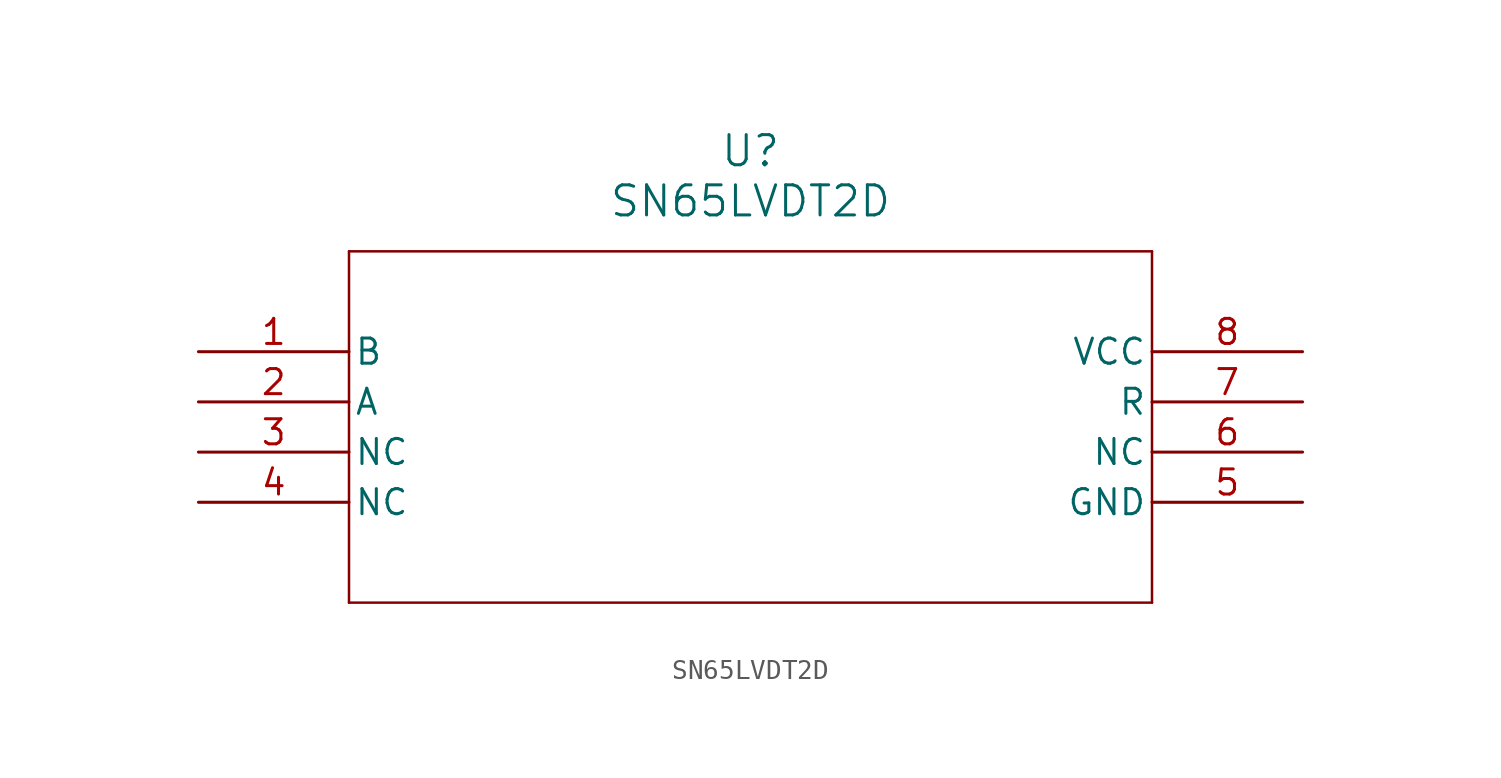
<source format=kicad_sym>
(kicad_symbol_lib
  (version 20231120)
  (generator "kicad_symbol_editor")
  (generator_version "8.0")
  (symbol "SN65LVDT2D"
    (pin_names
      (offset 0.254))
    (property "Reference" "U"
      (at 27.94 10.16 0)
      (effects (font (size 1.524 1.524))))
    (property "Value" "SN65LVDT2D"
      (at 27.94 7.62 0)
      (effects (font (size 1.524 1.524))))
    (symbol "SN65LVDT2D_0_1"
      (polyline (pts (xy 7.62 -12.7) (xy 48.26 -12.7)) (stroke (width 0.127) (type default)) (fill (type none)))
      (polyline (pts (xy 7.62 5.08) (xy 7.62 -12.7)) (stroke (width 0.127) (type default)) (fill (type none)))
      (polyline (pts (xy 48.26 -12.7) (xy 48.26 5.08)) (stroke (width 0.127) (type default)) (fill (type none)))
      (polyline (pts (xy 48.26 5.08) (xy 7.62 5.08)) (stroke (width 0.127) (type default)) (fill (type none)))
      (pin input line (at 0 0 0) (length 7.62) (name "B" (effects (font (size 1.27 1.27)))) (number "1" (effects (font (size 1.27 1.27)))))
      (pin input line (at 0 -2.54 0) (length 7.62) (name "A" (effects (font (size 1.27 1.27)))) (number "2" (effects (font (size 1.27 1.27)))))
      (pin unspecified line (at 0 -5.08 0) (length 7.62) (name "NC" (effects (font (size 1.27 1.27)))) (number "3" (effects (font (size 1.27 1.27)))))
      (pin unspecified line (at 0 -7.62 0) (length 7.62) (name "NC" (effects (font (size 1.27 1.27)))) (number "4" (effects (font (size 1.27 1.27)))))
      (pin power_in line (at 55.88 -7.62 180) (length 7.62) (name "GND" (effects (font (size 1.27 1.27)))) (number "5" (effects (font (size 1.27 1.27)))))
      (pin unspecified line (at 55.88 -5.08 180) (length 7.62) (name "NC" (effects (font (size 1.27 1.27)))) (number "6" (effects (font (size 1.27 1.27)))))
      (pin input line (at 55.88 -2.54 180) (length 7.62) (name "R" (effects (font (size 1.27 1.27)))) (number "7" (effects (font (size 1.27 1.27)))))
      (pin power_in line (at 55.88 0 180) (length 7.62) (name "VCC" (effects (font (size 1.27 1.27)))) (number "8" (effects (font (size 1.27 1.27))))))))
</source>
